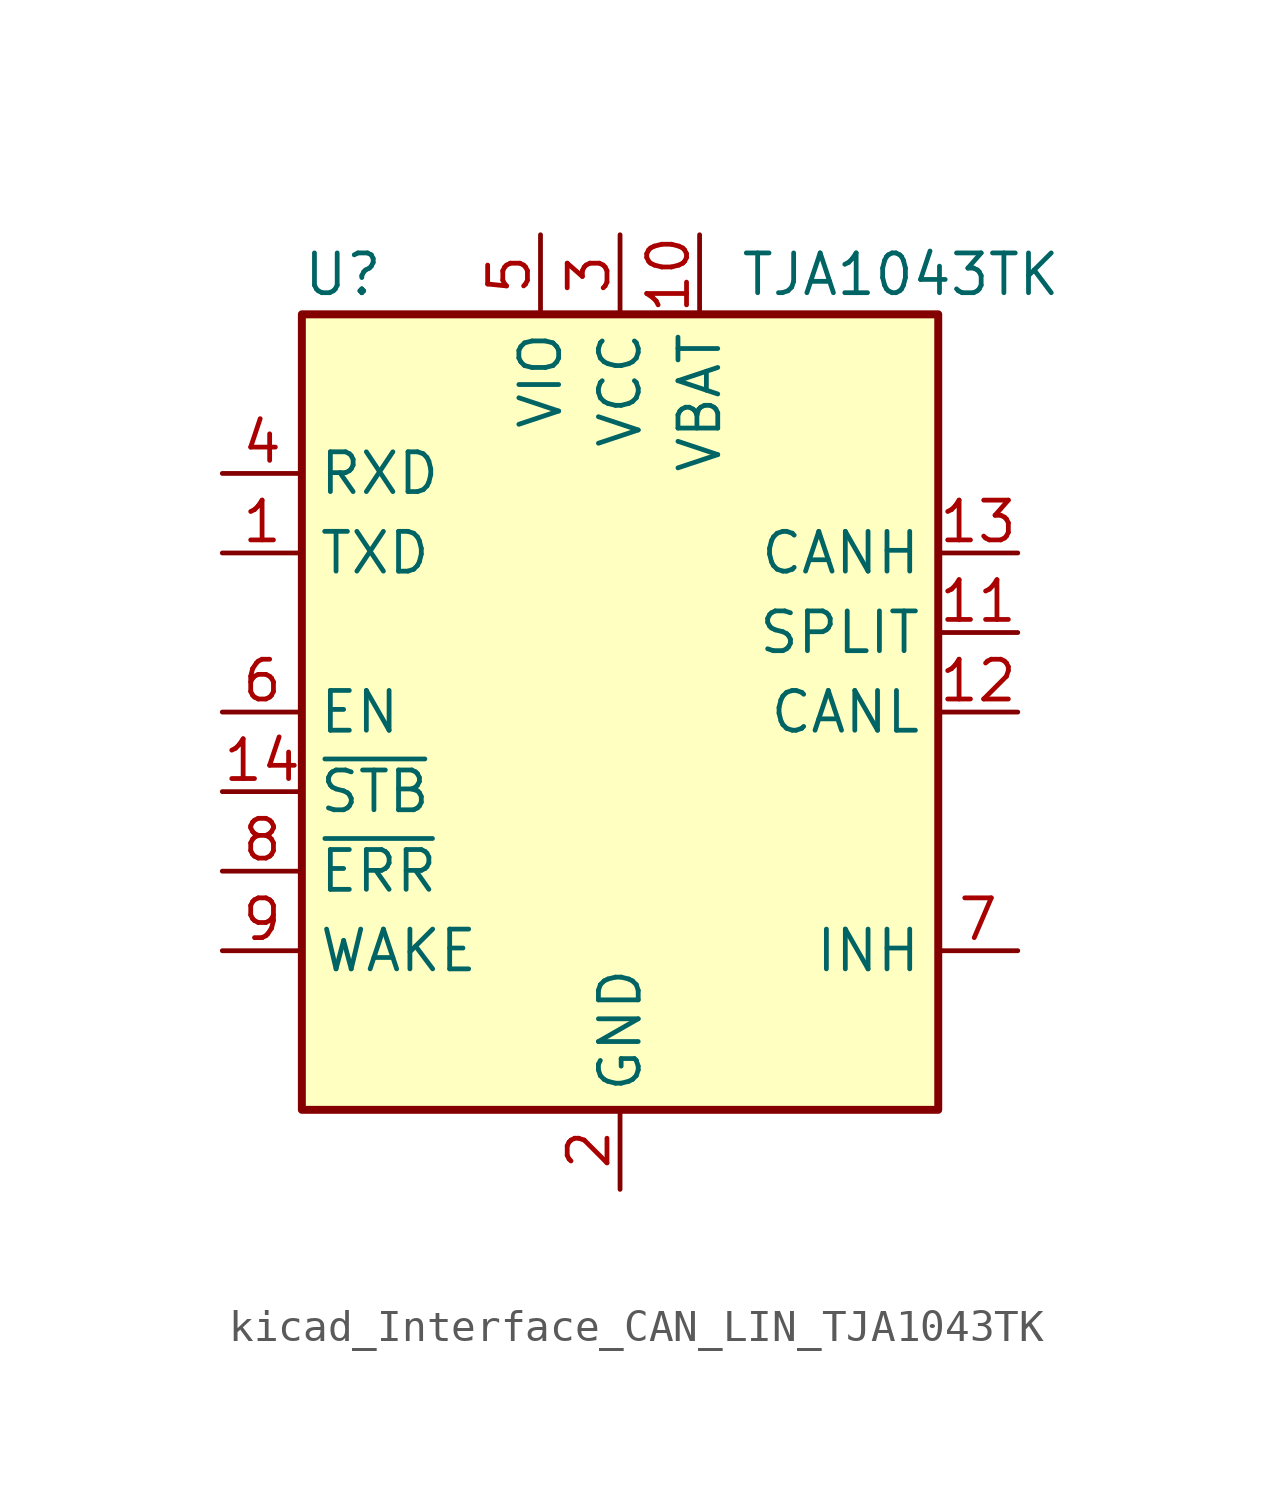
<source format=kicad_sym>
(kicad_symbol_lib
  (version 20220914)
  (generator kicad_symbol_editor)
  (symbol "kicad_Interface_CAN_LIN_TJA1043TK"
    (property "Reference" "U"
      (at -10.16 13.97 0)
      (effects (font (size 1.27 1.27)) (justify left)))
    (property "Value" "TJA1043TK"
      (at 3.81 13.97 0)
      (effects (font (size 1.27 1.27)) (justify left)))
    (symbol "kicad_Interface_CAN_LIN_TJA1043TK_0_1"
      (rectangle (start -10.16 12.7) (end 10.16 -12.7) (stroke (width 0.254) (type default)) (fill (type background))))
    (symbol "kicad_Interface_CAN_LIN_TJA1043TK_1_1"
      (pin input line (at -12.7 5.08 0) (length 2.54) (name "TXD" (effects (font (size 1.27 1.27)))) (number "1" (effects (font (size 1.27 1.27)))))
      (pin power_in line (at 2.54 15.24 270) (length 2.54) (name "VBAT" (effects (font (size 1.27 1.27)))) (number "10" (effects (font (size 1.27 1.27)))))
      (pin output line (at 12.7 2.54 180) (length 2.54) (name "SPLIT" (effects (font (size 1.27 1.27)))) (number "11" (effects (font (size 1.27 1.27)))))
      (pin bidirectional line (at 12.7 0 180) (length 2.54) (name "CANL" (effects (font (size 1.27 1.27)))) (number "12" (effects (font (size 1.27 1.27)))))
      (pin bidirectional line (at 12.7 5.08 180) (length 2.54) (name "CANH" (effects (font (size 1.27 1.27)))) (number "13" (effects (font (size 1.27 1.27)))))
      (pin input line (at -12.7 -2.54 0) (length 2.54) (name "~{STB}" (effects (font (size 1.27 1.27)))) (number "14" (effects (font (size 1.27 1.27)))))
      (pin passive line (at 0 -15.24 90) (length 2.54) hide (name "GND" (effects (font (size 1.27 1.27)))) (number "15" (effects (font (size 1.27 1.27)))))
      (pin power_in line (at 0 -15.24 90) (length 2.54) (name "GND" (effects (font (size 1.27 1.27)))) (number "2" (effects (font (size 1.27 1.27)))))
      (pin power_in line (at 0 15.24 270) (length 2.54) (name "VCC" (effects (font (size 1.27 1.27)))) (number "3" (effects (font (size 1.27 1.27)))))
      (pin output line (at -12.7 7.62 0) (length 2.54) (name "RXD" (effects (font (size 1.27 1.27)))) (number "4" (effects (font (size 1.27 1.27)))))
      (pin power_in line (at -2.54 15.24 270) (length 2.54) (name "VIO" (effects (font (size 1.27 1.27)))) (number "5" (effects (font (size 1.27 1.27)))))
      (pin input line (at -12.7 0 0) (length 2.54) (name "EN" (effects (font (size 1.27 1.27)))) (number "6" (effects (font (size 1.27 1.27)))))
      (pin open_emitter line (at 12.7 -7.62 180) (length 2.54) (name "INH" (effects (font (size 1.27 1.27)))) (number "7" (effects (font (size 1.27 1.27)))))
      (pin output line (at -12.7 -5.08 0) (length 2.54) (name "~{ERR}" (effects (font (size 1.27 1.27)))) (number "8" (effects (font (size 1.27 1.27)))))
      (pin input line (at -12.7 -7.62 0) (length 2.54) (name "WAKE" (effects (font (size 1.27 1.27)))) (number "9" (effects (font (size 1.27 1.27))))))))
</source>
